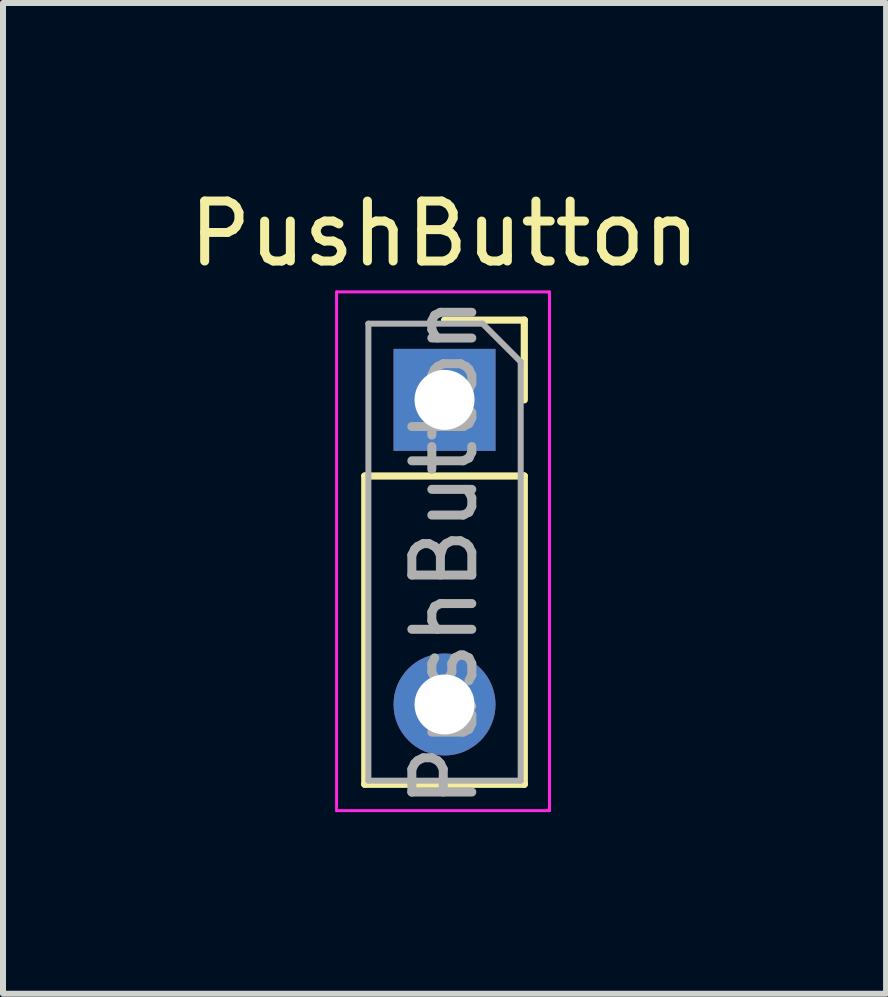
<source format=kicad_pcb>
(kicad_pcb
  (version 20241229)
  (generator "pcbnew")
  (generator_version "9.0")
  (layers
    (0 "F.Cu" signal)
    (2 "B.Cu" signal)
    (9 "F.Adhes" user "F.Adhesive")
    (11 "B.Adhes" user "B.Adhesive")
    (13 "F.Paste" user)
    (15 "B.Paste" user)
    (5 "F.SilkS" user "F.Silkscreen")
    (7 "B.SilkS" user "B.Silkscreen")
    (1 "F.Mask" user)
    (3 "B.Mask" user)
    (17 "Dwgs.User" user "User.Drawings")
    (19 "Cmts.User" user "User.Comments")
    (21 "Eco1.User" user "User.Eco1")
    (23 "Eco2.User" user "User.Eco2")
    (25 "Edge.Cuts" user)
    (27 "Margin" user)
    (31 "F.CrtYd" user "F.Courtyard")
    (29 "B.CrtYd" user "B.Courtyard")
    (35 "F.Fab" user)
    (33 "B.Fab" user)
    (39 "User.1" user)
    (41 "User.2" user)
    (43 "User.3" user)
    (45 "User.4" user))
  (footprint "PushButton"
    (layer "F.Cu")
    (at 4.363 3.618)
    (property "Reference" "PushButton" (at 0 -2.77 0) (layer "F.SilkS") (effects (font (size 1 1) (thickness 0.15))))
    (attr through_hole)
    (fp_line (start -1.33 1.27) (end -1.33 6.41) (stroke (width 0.12) (type solid)) (layer "F.SilkS"))
    (fp_line (start -1.33 1.27) (end 1.33 1.27) (stroke (width 0.12) (type solid)) (layer "F.SilkS"))
    (fp_line (start -1.33 6.41) (end 1.33 6.41) (stroke (width 0.12) (type solid)) (layer "F.SilkS"))
    (fp_line (start 0 -1.33) (end 1.33 -1.33) (stroke (width 0.12) (type solid)) (layer "F.SilkS"))
    (fp_line (start 1.33 -1.33) (end 1.33 0) (stroke (width 0.12) (type solid)) (layer "F.SilkS"))
    (fp_line (start 1.33 1.27) (end 1.33 6.41) (stroke (width 0.12) (type solid)) (layer "F.SilkS"))
    (fp_line (start -1.8 -1.8) (end 1.75 -1.8) (stroke (width 0.05) (type solid)) (layer "F.CrtYd"))
    (fp_line (start -1.8 6.85) (end -1.8 -1.8) (stroke (width 0.05) (type solid)) (layer "F.CrtYd"))
    (fp_line (start 1.75 -1.8) (end 1.75 6.85) (stroke (width 0.05) (type solid)) (layer "F.CrtYd"))
    (fp_line (start 1.75 6.85) (end -1.8 6.85) (stroke (width 0.05) (type solid)) (layer "F.CrtYd"))
    (fp_line (start -1.27 -1.27) (end 0.635 -1.27) (stroke (width 0.1) (type solid)) (layer "F.Fab"))
    (fp_line (start -1.27 6.35) (end -1.27 -1.27) (stroke (width 0.1) (type solid)) (layer "F.Fab"))
    (fp_line (start 0.635 -1.27) (end 1.27 -0.635) (stroke (width 0.1) (type solid)) (layer "F.Fab"))
    (fp_line (start 1.27 -0.635) (end 1.27 6.35) (stroke (width 0.1) (type solid)) (layer "F.Fab"))
    (fp_line (start 1.27 6.35) (end -1.27 6.35) (stroke (width 0.1) (type solid)) (layer "F.Fab"))
    (fp_text user "${REFERENCE}" (at 0 2.54 90) (layer "F.Fab") (effects (font (size 1 1) (thickness 0.15))))
    (pad "1" thru_hole rect (at 0 0) (size 1.7 1.7) (drill 1) (layers "*.Cu" "*.Mask"))
    (pad "2" thru_hole oval (at 0 5.08) (size 1.7 1.7) (drill 1) (layers "*.Cu" "*.Mask")))
  (gr_rect
    (start -3 -3)
    (end 11.726 13.521)
    (stroke (width 0.1) (type default))
    (fill no)
    (layer "Edge.Cuts")))
</source>
